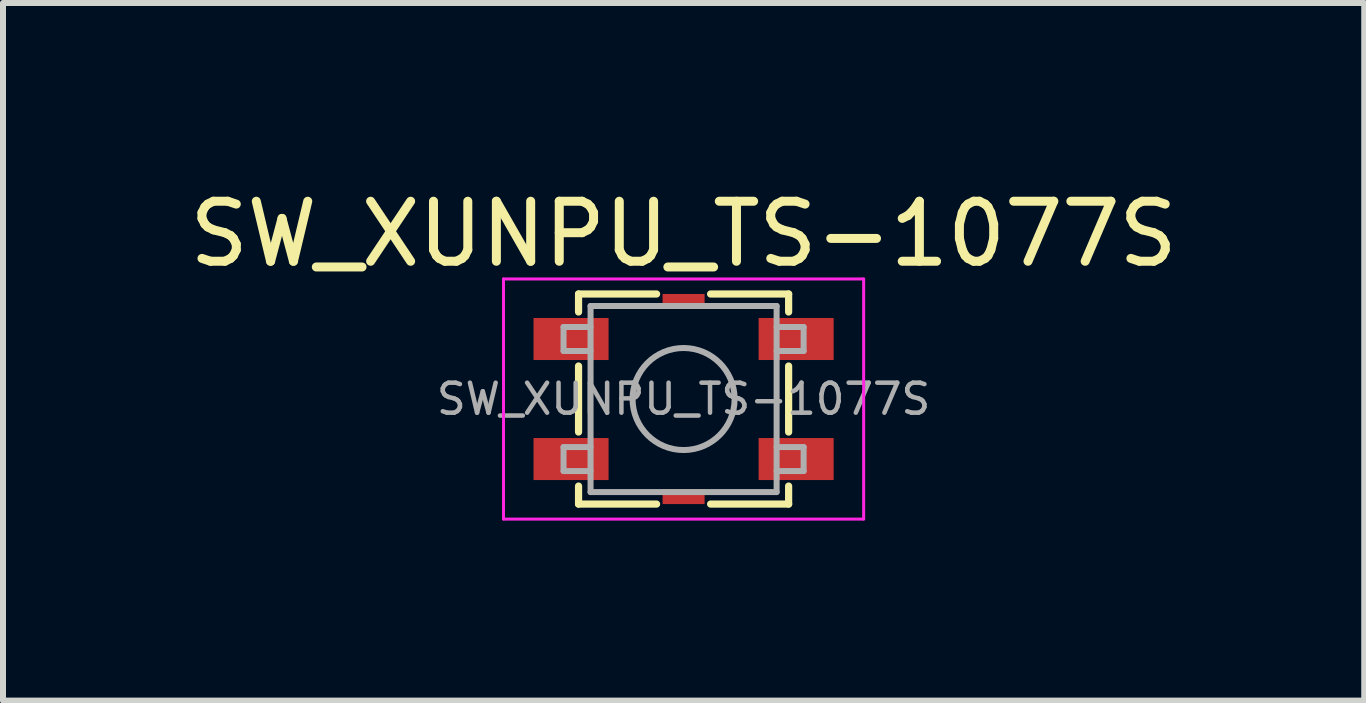
<source format=kicad_pcb>
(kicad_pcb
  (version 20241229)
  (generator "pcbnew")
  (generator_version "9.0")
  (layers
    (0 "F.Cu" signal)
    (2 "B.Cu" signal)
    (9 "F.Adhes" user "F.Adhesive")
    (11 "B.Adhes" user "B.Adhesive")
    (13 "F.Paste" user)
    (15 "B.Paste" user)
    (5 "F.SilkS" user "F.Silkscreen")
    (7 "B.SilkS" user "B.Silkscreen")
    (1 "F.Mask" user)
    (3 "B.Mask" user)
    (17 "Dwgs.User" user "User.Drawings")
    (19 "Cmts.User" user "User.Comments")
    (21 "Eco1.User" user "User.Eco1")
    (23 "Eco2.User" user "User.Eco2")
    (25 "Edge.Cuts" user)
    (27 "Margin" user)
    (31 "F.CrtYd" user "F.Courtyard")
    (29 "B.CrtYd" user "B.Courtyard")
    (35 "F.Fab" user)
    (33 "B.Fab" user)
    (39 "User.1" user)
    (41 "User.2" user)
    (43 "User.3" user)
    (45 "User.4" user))
  (footprint "SW_XUNPU_TS-1077S"
    (layer "F.Cu")
    (at 8.339 3.598)
    (property "Reference" "SW_XUNPU_TS-1077S" (at 0 -2.75 0) (layer "F.SilkS") (effects (font (size 1 1) (thickness 0.15))))
    (attr smd)
    (fp_line (start -1.75 -1.75) (end -1.75 -1.45) (stroke (width 0.12) (type solid)) (layer "F.SilkS"))
    (fp_line (start -1.75 -1.75) (end -0.45 -1.75) (stroke (width 0.12) (type solid)) (layer "F.SilkS"))
    (fp_line (start -1.75 0.55) (end -1.75 -0.55) (stroke (width 0.12) (type solid)) (layer "F.SilkS"))
    (fp_line (start -1.75 1.75) (end -1.75 1.45) (stroke (width 0.12) (type solid)) (layer "F.SilkS"))
    (fp_line (start -1.75 1.75) (end -0.45 1.75) (stroke (width 0.12) (type solid)) (layer "F.SilkS"))
    (fp_line (start 0.45 -1.75) (end 1.75 -1.75) (stroke (width 0.12) (type solid)) (layer "F.SilkS"))
    (fp_line (start 0.45 1.75) (end 1.75 1.75) (stroke (width 0.12) (type solid)) (layer "F.SilkS"))
    (fp_line (start 1.75 -1.75) (end 1.75 -1.45) (stroke (width 0.12) (type solid)) (layer "F.SilkS"))
    (fp_line (start 1.75 0.55) (end 1.75 -0.55) (stroke (width 0.12) (type solid)) (layer "F.SilkS"))
    (fp_line (start 1.75 1.75) (end 1.75 1.45) (stroke (width 0.12) (type solid)) (layer "F.SilkS"))
    (fp_line (start -3 -2) (end 3 -2) (stroke (width 0.05) (type solid)) (layer "F.CrtYd"))
    (fp_line (start -3 2) (end -3 -2) (stroke (width 0.05) (type solid)) (layer "F.CrtYd"))
    (fp_line (start 3 -2) (end 3 2) (stroke (width 0.05) (type solid)) (layer "F.CrtYd"))
    (fp_line (start 3 2) (end -3 2) (stroke (width 0.05) (type solid)) (layer "F.CrtYd"))
    (fp_line (start -2 -0.8) (end -2 -1.2) (stroke (width 0.1) (type solid)) (layer "F.Fab"))
    (fp_line (start -2 -0.8) (end -1.55 -0.8) (stroke (width 0.1) (type solid)) (layer "F.Fab"))
    (fp_line (start -2 1.2) (end -2 0.8) (stroke (width 0.1) (type solid)) (layer "F.Fab"))
    (fp_line (start -2 1.2) (end -1.55 1.2) (stroke (width 0.1) (type solid)) (layer "F.Fab"))
    (fp_line (start -1.55 -1.55) (end 1.55 -1.55) (stroke (width 0.1) (type solid)) (layer "F.Fab"))
    (fp_line (start -1.55 -1.2) (end -2 -1.2) (stroke (width 0.1) (type solid)) (layer "F.Fab"))
    (fp_line (start -1.55 0.8) (end -2 0.8) (stroke (width 0.1) (type solid)) (layer "F.Fab"))
    (fp_line (start -1.55 1.55) (end -1.55 -1.55) (stroke (width 0.1) (type solid)) (layer "F.Fab"))
    (fp_line (start -1.55 1.55) (end 1.55 1.55) (stroke (width 0.1) (type solid)) (layer "F.Fab"))
    (fp_line (start 1.55 -1.55) (end 1.55 1.55) (stroke (width 0.1) (type solid)) (layer "F.Fab"))
    (fp_line (start 1.55 -0.8) (end 2 -0.8) (stroke (width 0.1) (type solid)) (layer "F.Fab"))
    (fp_line (start 1.55 1.2) (end 2 1.2) (stroke (width 0.1) (type solid)) (layer "F.Fab"))
    (fp_line (start 2 -1.2) (end 1.55 -1.2) (stroke (width 0.1) (type solid)) (layer "F.Fab"))
    (fp_line (start 2 -1.2) (end 2 -0.8) (stroke (width 0.1) (type solid)) (layer "F.Fab"))
    (fp_line (start 2 0.8) (end 1.55 0.8) (stroke (width 0.1) (type solid)) (layer "F.Fab"))
    (fp_line (start 2 0.8) (end 2 1.2) (stroke (width 0.1) (type solid)) (layer "F.Fab"))
    (fp_circle (center 0 0) (end 0.85 0) (stroke (width 0.1) (type solid)) (fill no) (layer "F.Fab"))
    (fp_text user "${REFERENCE}" (at 0 0 0) (layer "F.Fab") (effects (font (size 0.5 0.5) (thickness 0.075))))
    (pad "" smd rect (at 0 -1.625) (size 0.7 0.25) (layers "F.Cu" "F.Mask" "F.Paste"))
    (pad "" smd rect (at 0 1.625) (size 0.7 0.25) (layers "F.Cu" "F.Mask" "F.Paste"))
    (pad "1" smd rect (at -1.875 -1) (size 1.25 0.7) (layers "F.Cu" "F.Mask" "F.Paste"))
    (pad "1" smd rect (at 1.875 -1) (size 1.25 0.7) (layers "F.Cu" "F.Mask" "F.Paste"))
    (pad "2" smd rect (at -1.875 1) (size 1.25 0.7) (layers "F.Cu" "F.Mask" "F.Paste"))
    (pad "2" smd rect (at 1.875 1) (size 1.25 0.7) (layers "F.Cu" "F.Mask" "F.Paste")))
  (gr_rect
    (start -3 -3)
    (end 19.679 8.623)
    (stroke (width 0.1) (type default))
    (fill no)
    (layer "Edge.Cuts")))
</source>
